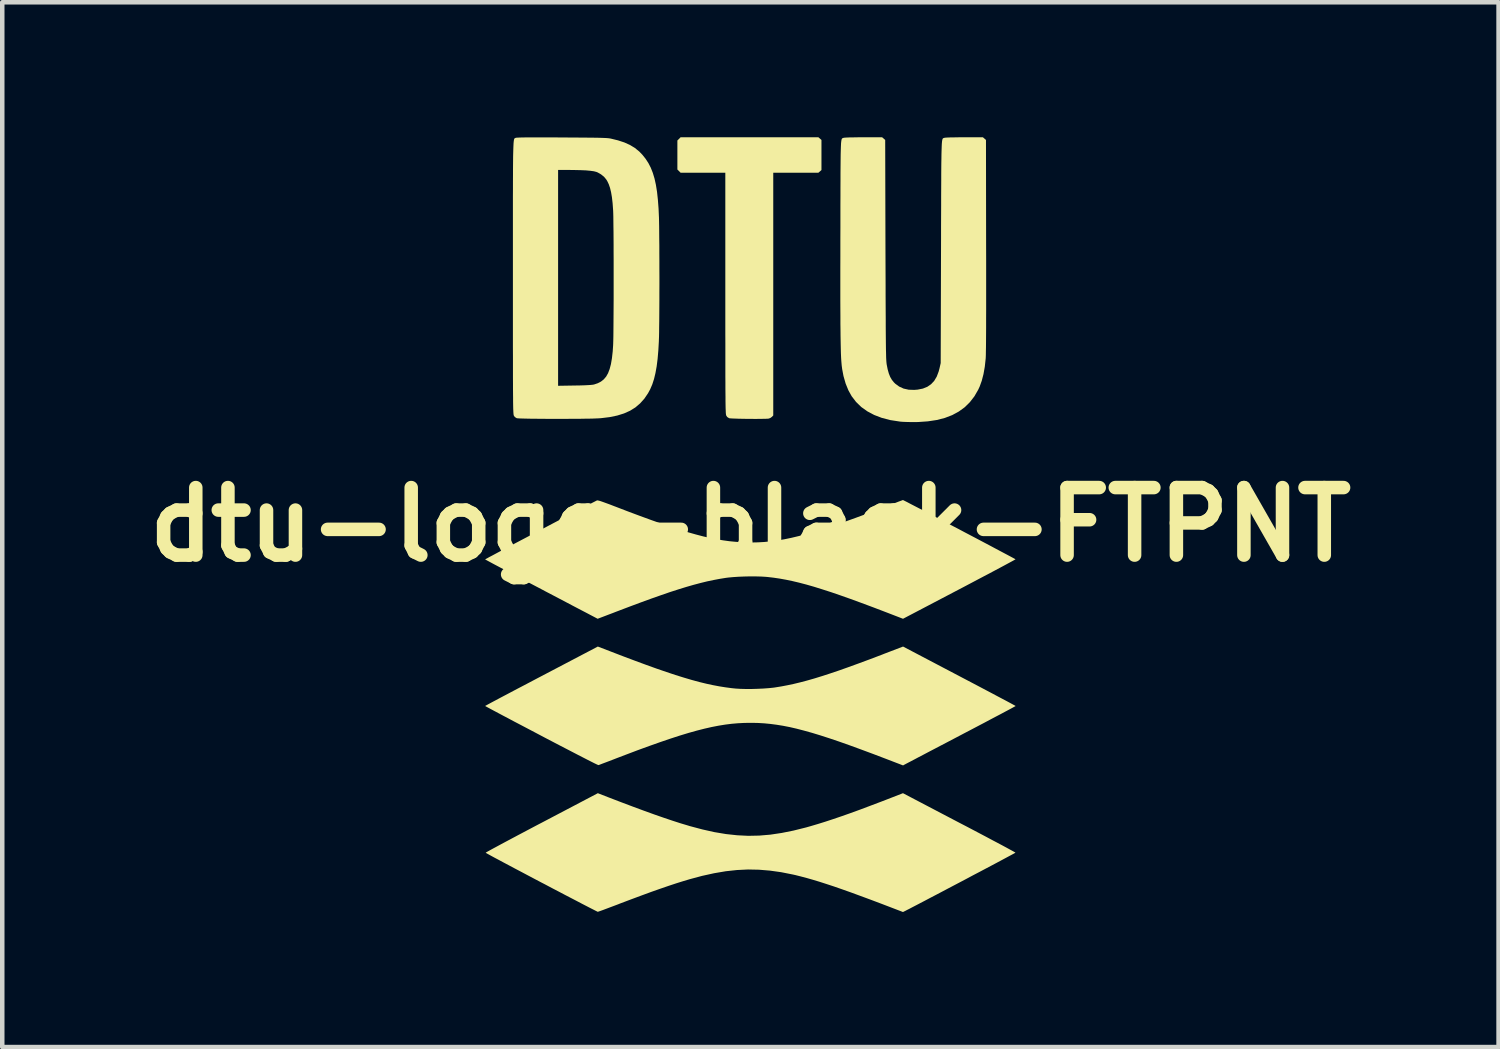
<source format=kicad_pcb>
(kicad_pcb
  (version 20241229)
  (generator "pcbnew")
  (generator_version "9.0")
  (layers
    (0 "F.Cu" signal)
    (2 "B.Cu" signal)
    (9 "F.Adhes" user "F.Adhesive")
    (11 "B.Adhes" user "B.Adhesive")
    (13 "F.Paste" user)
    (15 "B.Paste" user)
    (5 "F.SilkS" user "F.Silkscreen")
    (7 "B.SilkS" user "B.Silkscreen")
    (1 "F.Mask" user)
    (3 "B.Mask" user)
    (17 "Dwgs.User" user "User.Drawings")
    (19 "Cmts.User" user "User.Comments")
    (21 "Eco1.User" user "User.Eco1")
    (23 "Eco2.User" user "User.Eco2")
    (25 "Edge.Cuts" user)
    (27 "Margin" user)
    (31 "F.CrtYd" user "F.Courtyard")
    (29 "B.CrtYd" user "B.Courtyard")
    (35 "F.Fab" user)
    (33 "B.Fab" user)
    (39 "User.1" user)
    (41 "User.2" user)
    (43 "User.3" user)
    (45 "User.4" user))
  (footprint "dtu-logo-black-FTPNT"
    (layer "F.Cu")
    (at 13.621 8.604)
    (property "Reference" "dtu-logo-black-FTPNT" (at 0 0 0) (layer "F.SilkS") (effects (font (size 1.5 1.5) (thickness 0.3))))
    (attr board_only exclude_from_pos_files exclude_from_bom)
    (fp_poly (pts (xy 1.545 -8.575) (xy 1.579 -8.545) (xy 1.579 -8.211) (xy 1.579 -7.876) (xy 1.545 -7.846) (xy 1.511 -7.817) (xy 1.01 -7.817) (xy 0.508 -7.817) (xy 0.508 -5.12) (xy 0.508 -2.424) (xy 0.478 -2.393) (xy 0.445 -2.369) (xy 0.41 -2.355) (xy 0.41 -2.355) (xy 0.383 -2.352) (xy 0.336 -2.35) (xy 0.273 -2.349) (xy 0.197 -2.348) (xy 0.112 -2.347) (xy 0.022 -2.348) (xy -0.071 -2.348) (xy -0.161 -2.35) (xy -0.247 -2.351) (xy -0.324 -2.354) (xy -0.389 -2.356) (xy -0.437 -2.359) (xy -0.467 -2.362) (xy -0.472 -2.363) (xy -0.514 -2.389) (xy -0.535 -2.42) (xy -0.538 -2.426) (xy -0.54 -2.434) (xy -0.542 -2.445) (xy -0.544 -2.46) (xy -0.546 -2.479) (xy -0.547 -2.505) (xy -0.548 -2.538) (xy -0.55 -2.578) (xy -0.551 -2.628) (xy -0.552 -2.687) (xy -0.553 -2.756) (xy -0.553 -2.838) (xy -0.554 -2.932) (xy -0.555 -3.039) (xy -0.555 -3.161) (xy -0.556 -3.298) (xy -0.556 -3.452) (xy -0.556 -3.623) (xy -0.556 -3.812) (xy -0.556 -4.021) (xy -0.557 -4.25) (xy -0.557 -4.499) (xy -0.557 -4.771) (xy -0.557 -5.066) (xy -0.557 -5.14) (xy -0.557 -7.817) (xy -1.054 -7.817) (xy -1.551 -7.817) (xy -1.586 -7.853) (xy -1.622 -7.888) (xy -1.622 -8.211) (xy -1.622 -8.533) (xy -1.586 -8.568) (xy -1.551 -8.604) (xy -0.02 -8.604) (xy 1.511 -8.604)) (stroke (width 0) (type solid)) (fill yes) (layer "F.SilkS"))
    (fp_poly (pts (xy -3.156 6.059) (xy -2.869 6.169) (xy -2.604 6.269) (xy -2.358 6.36) (xy -2.131 6.442) (xy -1.921 6.515) (xy -1.728 6.58) (xy -1.551 6.637) (xy -1.387 6.686) (xy -1.349 6.698) (xy -1.067 6.773) (xy -0.799 6.833) (xy -0.542 6.876) (xy -0.292 6.903) (xy -0.047 6.915) (xy 0.197 6.91) (xy 0.444 6.889) (xy 0.697 6.851) (xy 0.96 6.798) (xy 1.237 6.729) (xy 1.349 6.697) (xy 1.504 6.651) (xy 1.668 6.6) (xy 1.841 6.543) (xy 2.026 6.48) (xy 2.225 6.41) (xy 2.439 6.332) (xy 2.67 6.245) (xy 2.921 6.15) (xy 3.048 6.101) (xy 3.39 5.968) (xy 4.641 6.624) (xy 4.803 6.708) (xy 4.959 6.79) (xy 5.107 6.868) (xy 5.247 6.942) (xy 5.376 7.011) (xy 5.494 7.073) (xy 5.599 7.129) (xy 5.69 7.178) (xy 5.765 7.219) (xy 5.824 7.251) (xy 5.865 7.274) (xy 5.886 7.287) (xy 5.889 7.289) (xy 5.878 7.296) (xy 5.848 7.313) (xy 5.799 7.339) (xy 5.734 7.374) (xy 5.654 7.417) (xy 5.561 7.467) (xy 5.456 7.523) (xy 5.341 7.584) (xy 5.218 7.649) (xy 5.088 7.718) (xy 4.952 7.789) (xy 4.814 7.863) (xy 4.674 7.937) (xy 4.533 8.011) (xy 4.394 8.084) (xy 4.258 8.156) (xy 4.127 8.225) (xy 4.002 8.29) (xy 3.885 8.352) (xy 3.778 8.408) (xy 3.682 8.458) (xy 3.599 8.501) (xy 3.531 8.537) (xy 3.479 8.563) (xy 3.453 8.577) (xy 3.39 8.608) (xy 3.192 8.532) (xy 2.923 8.429) (xy 2.674 8.335) (xy 2.444 8.25) (xy 2.232 8.172) (xy 2.037 8.103) (xy 1.856 8.04) (xy 1.688 7.985) (xy 1.533 7.935) (xy 1.387 7.891) (xy 1.251 7.852) (xy 1.122 7.818) (xy 0.999 7.787) (xy 0.94 7.774) (xy 0.683 7.723) (xy 0.434 7.688) (xy 0.19 7.668) (xy -0.053 7.663) (xy -0.298 7.675) (xy -0.547 7.702) (xy -0.805 7.746) (xy -1.073 7.805) (xy -1.345 7.878) (xy -1.492 7.922) (xy -1.649 7.971) (xy -1.818 8.027) (xy -2.001 8.09) (xy -2.2 8.16) (xy -2.415 8.239) (xy -2.649 8.326) (xy -2.903 8.422) (xy -2.937 8.436) (xy -3.035 8.473) (xy -3.126 8.507) (xy -3.208 8.538) (xy -3.277 8.564) (xy -3.333 8.584) (xy -3.371 8.597) (xy -3.39 8.603) (xy -3.391 8.603) (xy -3.404 8.597) (xy -3.436 8.581) (xy -3.487 8.555) (xy -3.556 8.52) (xy -3.641 8.476) (xy -3.74 8.425) (xy -3.852 8.366) (xy -3.977 8.301) (xy -4.112 8.231) (xy -4.256 8.155) (xy -4.408 8.076) (xy -4.566 7.992) (xy -4.642 7.953) (xy -4.803 7.868) (xy -4.958 7.786) (xy -5.105 7.708) (xy -5.244 7.635) (xy -5.373 7.566) (xy -5.49 7.504) (xy -5.594 7.448) (xy -5.685 7.4) (xy -5.76 7.359) (xy -5.818 7.327) (xy -5.858 7.305) (xy -5.878 7.293) (xy -5.881 7.291) (xy -5.871 7.284) (xy -5.841 7.266) (xy -5.792 7.239) (xy -5.725 7.202) (xy -5.643 7.158) (xy -5.545 7.105) (xy -5.435 7.046) (xy -5.311 6.98) (xy -5.178 6.909) (xy -5.034 6.833) (xy -4.883 6.753) (xy -4.724 6.669) (xy -4.637 6.624) (xy -3.389 5.968)) (stroke (width 0) (type solid)) (fill yes) (layer "F.SilkS"))
    (fp_poly (pts (xy -3.119 2.814) (xy -2.831 2.925) (xy -2.562 3.026) (xy -2.313 3.118) (xy -2.082 3.201) (xy -1.866 3.275) (xy -1.666 3.342) (xy -1.479 3.4) (xy -1.303 3.452) (xy -1.138 3.497) (xy -0.982 3.535) (xy -0.834 3.567) (xy -0.692 3.594) (xy -0.554 3.616) (xy -0.42 3.634) (xy -0.322 3.644) (xy -0.221 3.65) (xy -0.103 3.653) (xy 0.025 3.653) (xy 0.158 3.649) (xy 0.289 3.643) (xy 0.411 3.634) (xy 0.517 3.623) (xy 0.551 3.618) (xy 0.686 3.596) (xy 0.823 3.57) (xy 0.964 3.54) (xy 1.109 3.505) (xy 1.261 3.465) (xy 1.422 3.419) (xy 1.593 3.366) (xy 1.775 3.307) (xy 1.971 3.241) (xy 2.182 3.166) (xy 2.41 3.083) (xy 2.656 2.992) (xy 2.922 2.891) (xy 2.969 2.872) (xy 3.392 2.71) (xy 4.642 3.367) (xy 4.804 3.452) (xy 4.96 3.534) (xy 5.108 3.612) (xy 5.248 3.686) (xy 5.377 3.754) (xy 5.495 3.817) (xy 5.601 3.873) (xy 5.692 3.921) (xy 5.768 3.962) (xy 5.827 3.994) (xy 5.868 4.016) (xy 5.89 4.029) (xy 5.893 4.031) (xy 5.883 4.037) (xy 5.852 4.054) (xy 5.803 4.081) (xy 5.736 4.117) (xy 5.653 4.161) (xy 5.556 4.213) (xy 5.445 4.271) (xy 5.322 4.336) (xy 5.189 4.407) (xy 5.046 4.482) (xy 4.896 4.561) (xy 4.739 4.643) (xy 4.686 4.671) (xy 4.526 4.755) (xy 4.372 4.836) (xy 4.224 4.913) (xy 4.085 4.986) (xy 3.955 5.054) (xy 3.836 5.117) (xy 3.73 5.172) (xy 3.638 5.221) (xy 3.562 5.261) (xy 3.502 5.292) (xy 3.46 5.314) (xy 3.438 5.326) (xy 3.435 5.327) (xy 3.392 5.351) (xy 3.012 5.205) (xy 2.723 5.095) (xy 2.454 4.995) (xy 2.205 4.904) (xy 1.973 4.822) (xy 1.757 4.749) (xy 1.556 4.684) (xy 1.369 4.627) (xy 1.193 4.578) (xy 1.028 4.535) (xy 0.872 4.499) (xy 0.723 4.47) (xy 0.58 4.447) (xy 0.443 4.429) (xy 0.308 4.416) (xy 0.175 4.408) (xy 0.043 4.405) (xy 0 4.405) (xy -0.137 4.407) (xy -0.275 4.414) (xy -0.415 4.426) (xy -0.558 4.444) (xy -0.706 4.468) (xy -0.861 4.498) (xy -1.023 4.535) (xy -1.195 4.579) (xy -1.377 4.63) (xy -1.571 4.689) (xy -1.78 4.757) (xy -2.003 4.833) (xy -2.243 4.918) (xy -2.501 5.012) (xy -2.778 5.117) (xy -2.965 5.188) (xy -3.057 5.224) (xy -3.143 5.257) (xy -3.22 5.286) (xy -3.284 5.31) (xy -3.333 5.329) (xy -3.365 5.341) (xy -3.376 5.344) (xy -3.389 5.339) (xy -3.422 5.324) (xy -3.474 5.299) (xy -3.543 5.264) (xy -3.628 5.221) (xy -3.727 5.17) (xy -3.84 5.112) (xy -3.965 5.047) (xy -4.1 4.977) (xy -4.245 4.902) (xy -4.398 4.822) (xy -4.557 4.739) (xy -4.644 4.693) (xy -4.805 4.608) (xy -4.961 4.526) (xy -5.109 4.448) (xy -5.249 4.375) (xy -5.378 4.306) (xy -5.496 4.244) (xy -5.601 4.188) (xy -5.693 4.139) (xy -5.768 4.099) (xy -5.827 4.067) (xy -5.868 4.045) (xy -5.89 4.032) (xy -5.893 4.03) (xy -5.882 4.024) (xy -5.852 4.007) (xy -5.802 3.98) (xy -5.735 3.944) (xy -5.652 3.9) (xy -5.555 3.848) (xy -5.443 3.789) (xy -5.32 3.724) (xy -5.186 3.653) (xy -5.042 3.578) (xy -4.89 3.498) (xy -4.731 3.414) (xy -4.641 3.367) (xy -3.389 2.71)) (stroke (width 0) (type solid)) (fill yes) (layer "F.SilkS"))
    (fp_poly (pts (xy 2.961 -8.575) (xy 2.995 -8.545) (xy 3.001 -6.109) (xy 3.002 -5.821) (xy 3.003 -5.556) (xy 3.004 -5.313) (xy 3.004 -5.091) (xy 3.005 -4.89) (xy 3.006 -4.708) (xy 3.007 -4.543) (xy 3.007 -4.396) (xy 3.008 -4.265) (xy 3.009 -4.149) (xy 3.01 -4.047) (xy 3.011 -3.957) (xy 3.012 -3.88) (xy 3.014 -3.814) (xy 3.015 -3.758) (xy 3.016 -3.711) (xy 3.018 -3.671) (xy 3.02 -3.639) (xy 3.022 -3.612) (xy 3.024 -3.59) (xy 3.026 -3.572) (xy 3.028 -3.558) (xy 3.05 -3.447) (xy 3.076 -3.355) (xy 3.106 -3.28) (xy 3.143 -3.216) (xy 3.188 -3.16) (xy 3.218 -3.13) (xy 3.305 -3.066) (xy 3.404 -3.021) (xy 3.517 -2.996) (xy 3.641 -2.992) (xy 3.716 -2.998) (xy 3.832 -3.021) (xy 3.931 -3.061) (xy 4.014 -3.118) (xy 4.084 -3.193) (xy 4.14 -3.287) (xy 4.183 -3.401) (xy 4.202 -3.473) (xy 4.228 -3.588) (xy 4.235 -6.057) (xy 4.236 -6.347) (xy 4.236 -6.614) (xy 4.237 -6.858) (xy 4.238 -7.082) (xy 4.238 -7.285) (xy 4.239 -7.469) (xy 4.24 -7.634) (xy 4.24 -7.782) (xy 4.241 -7.914) (xy 4.242 -8.03) (xy 4.244 -8.132) (xy 4.245 -8.22) (xy 4.247 -8.296) (xy 4.249 -8.36) (xy 4.251 -8.414) (xy 4.253 -8.458) (xy 4.256 -8.494) (xy 4.259 -8.522) (xy 4.263 -8.543) (xy 4.267 -8.559) (xy 4.271 -8.57) (xy 4.276 -8.577) (xy 4.281 -8.582) (xy 4.287 -8.585) (xy 4.294 -8.587) (xy 4.301 -8.589) (xy 4.305 -8.591) (xy 4.326 -8.595) (xy 4.371 -8.598) (xy 4.439 -8.601) (xy 4.529 -8.602) (xy 4.64 -8.604) (xy 4.75 -8.604) (xy 5.166 -8.604) (xy 5.2 -8.575) (xy 5.234 -8.545) (xy 5.237 -6.2) (xy 5.238 -5.867) (xy 5.238 -5.559) (xy 5.238 -5.275) (xy 5.238 -5.014) (xy 5.238 -4.777) (xy 5.237 -4.564) (xy 5.237 -4.374) (xy 5.236 -4.208) (xy 5.235 -4.064) (xy 5.234 -3.944) (xy 5.232 -3.846) (xy 5.231 -3.771) (xy 5.229 -3.719) (xy 5.228 -3.694) (xy 5.208 -3.509) (xy 5.179 -3.344) (xy 5.141 -3.197) (xy 5.094 -3.066) (xy 5.061 -2.995) (xy 4.976 -2.848) (xy 4.876 -2.719) (xy 4.761 -2.606) (xy 4.63 -2.511) (xy 4.484 -2.432) (xy 4.32 -2.369) (xy 4.14 -2.323) (xy 3.942 -2.293) (xy 3.727 -2.278) (xy 3.596 -2.277) (xy 3.522 -2.278) (xy 3.448 -2.28) (xy 3.381 -2.283) (xy 3.329 -2.287) (xy 3.316 -2.289) (xy 3.109 -2.321) (xy 2.92 -2.37) (xy 2.75 -2.435) (xy 2.598 -2.516) (xy 2.463 -2.612) (xy 2.347 -2.725) (xy 2.249 -2.853) (xy 2.177 -2.983) (xy 2.116 -3.133) (xy 2.068 -3.301) (xy 2.039 -3.455) (xy 2.034 -3.492) (xy 2.029 -3.531) (xy 2.025 -3.575) (xy 2.021 -3.624) (xy 2.017 -3.679) (xy 2.014 -3.741) (xy 2.011 -3.811) (xy 2.009 -3.891) (xy 2.007 -3.98) (xy 2.005 -4.082) (xy 2.003 -4.195) (xy 2.002 -4.322) (xy 2 -4.464) (xy 2 -4.621) (xy 1.999 -4.794) (xy 1.998 -4.986) (xy 1.998 -5.195) (xy 1.998 -5.425) (xy 1.998 -5.676) (xy 1.999 -5.948) (xy 1.999 -6.243) (xy 1.999 -6.329) (xy 2 -6.602) (xy 2 -6.852) (xy 2 -7.08) (xy 2.001 -7.287) (xy 2.001 -7.474) (xy 2.002 -7.641) (xy 2.002 -7.791) (xy 2.003 -7.924) (xy 2.004 -8.041) (xy 2.005 -8.143) (xy 2.006 -8.231) (xy 2.008 -8.306) (xy 2.01 -8.37) (xy 2.012 -8.423) (xy 2.014 -8.466) (xy 2.017 -8.5) (xy 2.021 -8.527) (xy 2.024 -8.547) (xy 2.029 -8.562) (xy 2.033 -8.572) (xy 2.039 -8.579) (xy 2.045 -8.583) (xy 2.051 -8.585) (xy 2.058 -8.588) (xy 2.066 -8.591) (xy 2.066 -8.591) (xy 2.088 -8.595) (xy 2.133 -8.598) (xy 2.2 -8.601) (xy 2.29 -8.602) (xy 2.401 -8.604) (xy 2.511 -8.604) (xy 2.927 -8.604)) (stroke (width 0) (type solid)) (fill yes) (layer "F.SilkS"))
    (fp_poly (pts (xy 3.402 -0.539) (xy 3.434 -0.523) (xy 3.484 -0.498) (xy 3.55 -0.463) (xy 3.631 -0.421) (xy 3.726 -0.372) (xy 3.832 -0.317) (xy 3.948 -0.256) (xy 4.072 -0.191) (xy 4.203 -0.122) (xy 4.339 -0.05) (xy 4.479 0.023) (xy 4.621 0.097) (xy 4.762 0.172) (xy 4.903 0.246) (xy 5.04 0.318) (xy 5.172 0.388) (xy 5.299 0.455) (xy 5.417 0.518) (xy 5.526 0.576) (xy 5.624 0.628) (xy 5.709 0.673) (xy 5.78 0.711) (xy 5.834 0.74) (xy 5.871 0.76) (xy 5.889 0.77) (xy 5.89 0.771) (xy 5.88 0.778) (xy 5.85 0.795) (xy 5.801 0.822) (xy 5.734 0.858) (xy 5.651 0.903) (xy 5.554 0.955) (xy 5.443 1.014) (xy 5.32 1.08) (xy 5.186 1.15) (xy 5.042 1.226) (xy 4.891 1.306) (xy 4.732 1.39) (xy 4.642 1.437) (xy 3.391 2.093) (xy 3.018 1.949) (xy 2.735 1.841) (xy 2.472 1.743) (xy 2.229 1.654) (xy 2.003 1.574) (xy 1.793 1.502) (xy 1.597 1.439) (xy 1.415 1.382) (xy 1.244 1.333) (xy 1.084 1.291) (xy 0.932 1.255) (xy 0.788 1.225) (xy 0.649 1.2) (xy 0.514 1.18) (xy 0.383 1.165) (xy 0.34 1.161) (xy 0.242 1.155) (xy 0.126 1.152) (xy -0.000264 1.151) (xy -0.131 1.154) (xy -0.26 1.159) (xy -0.382 1.167) (xy -0.489 1.177) (xy -0.545 1.184) (xy -0.68 1.206) (xy -0.818 1.232) (xy -0.96 1.262) (xy -1.107 1.298) (xy -1.262 1.339) (xy -1.425 1.386) (xy -1.6 1.44) (xy -1.786 1.5) (xy -1.986 1.569) (xy -2.202 1.645) (xy -2.435 1.73) (xy -2.687 1.824) (xy -2.958 1.927) (xy -2.969 1.931) (xy -3.064 1.968) (xy -3.152 2.001) (xy -3.23 2.031) (xy -3.296 2.056) (xy -3.346 2.075) (xy -3.38 2.088) (xy -3.393 2.093) (xy -3.393 2.093) (xy -3.404 2.087) (xy -3.435 2.071) (xy -3.484 2.045) (xy -3.551 2.01) (xy -3.634 1.966) (xy -3.732 1.915) (xy -3.843 1.857) (xy -3.967 1.792) (xy -4.101 1.721) (xy -4.244 1.646) (xy -4.396 1.566) (xy -4.555 1.483) (xy -4.643 1.436) (xy -4.805 1.351) (xy -4.961 1.269) (xy -5.109 1.191) (xy -5.249 1.118) (xy -5.378 1.049) (xy -5.496 0.987) (xy -5.601 0.931) (xy -5.692 0.883) (xy -5.768 0.842) (xy -5.827 0.81) (xy -5.868 0.788) (xy -5.89 0.776) (xy -5.893 0.774) (xy -5.882 0.767) (xy -5.852 0.751) (xy -5.804 0.724) (xy -5.739 0.69) (xy -5.659 0.647) (xy -5.566 0.597) (xy -5.461 0.542) (xy -5.346 0.481) (xy -5.223 0.415) (xy -5.092 0.346) (xy -4.957 0.275) (xy -4.818 0.202) (xy -4.677 0.127) (xy -4.536 0.053) (xy -4.396 -0.021) (xy -4.259 -0.093) (xy -4.127 -0.162) (xy -4.001 -0.229) (xy -3.882 -0.291) (xy -3.773 -0.348) (xy -3.675 -0.399) (xy -3.59 -0.443) (xy -3.519 -0.48) (xy -3.464 -0.508) (xy -3.427 -0.527) (xy -3.409 -0.536) (xy -3.408 -0.536) (xy -3.395 -0.537) (xy -3.37 -0.532) (xy -3.333 -0.522) (xy -3.281 -0.504) (xy -3.212 -0.479) (xy -3.124 -0.447) (xy -3.016 -0.405) (xy -3.007 -0.402) (xy -2.721 -0.292) (xy -2.456 -0.193) (xy -2.21 -0.103) (xy -1.981 -0.022) (xy -1.769 0.051) (xy -1.57 0.115) (xy -1.385 0.171) (xy -1.212 0.22) (xy -1.048 0.263) (xy -0.893 0.298) (xy -0.745 0.328) (xy -0.603 0.351) (xy -0.465 0.37) (xy -0.33 0.383) (xy -0.196 0.392) (xy -0.109 0.396) (xy 0.03 0.398) (xy 0.168 0.395) (xy 0.308 0.387) (xy 0.45 0.373) (xy 0.597 0.354) (xy 0.749 0.328) (xy 0.909 0.295) (xy 1.077 0.255) (xy 1.255 0.208) (xy 1.444 0.154) (xy 1.646 0.091) (xy 1.862 0.019) (xy 2.094 -0.061) (xy 2.344 -0.151) (xy 2.611 -0.25) (xy 2.899 -0.359) (xy 2.975 -0.388) (xy 3.069 -0.424) (xy 3.155 -0.457) (xy 3.232 -0.486) (xy 3.296 -0.511) (xy 3.346 -0.529) (xy 3.378 -0.541) (xy 3.39 -0.545)) (stroke (width 0) (type solid)) (fill yes) (layer "F.SilkS"))
    (fp_poly (pts (xy -4.492 -8.601) (xy -4.312 -8.601) (xy -4.196 -8.6) (xy -4.013 -8.599) (xy -3.853 -8.598) (xy -3.714 -8.597) (xy -3.594 -8.596) (xy -3.491 -8.595) (xy -3.405 -8.594) (xy -3.333 -8.592) (xy -3.273 -8.59) (xy -3.225 -8.588) (xy -3.186 -8.586) (xy -3.155 -8.583) (xy -3.13 -8.58) (xy -3.109 -8.576) (xy -3.106 -8.576) (xy -2.942 -8.536) (xy -2.799 -8.489) (xy -2.675 -8.433) (xy -2.565 -8.366) (xy -2.468 -8.287) (xy -2.398 -8.214) (xy -2.328 -8.126) (xy -2.266 -8.031) (xy -2.213 -7.928) (xy -2.168 -7.814) (xy -2.13 -7.688) (xy -2.099 -7.548) (xy -2.074 -7.391) (xy -2.055 -7.215) (xy -2.04 -7.019) (xy -2.034 -6.885) (xy -2.031 -6.818) (xy -2.029 -6.728) (xy -2.027 -6.619) (xy -2.026 -6.493) (xy -2.025 -6.352) (xy -2.023 -6.199) (xy -2.023 -6.036) (xy -2.022 -5.865) (xy -2.022 -5.689) (xy -2.021 -5.511) (xy -2.021 -5.332) (xy -2.022 -5.155) (xy -2.022 -4.983) (xy -2.023 -4.817) (xy -2.024 -4.66) (xy -2.025 -4.515) (xy -2.027 -4.384) (xy -2.028 -4.269) (xy -2.03 -4.173) (xy -2.033 -4.097) (xy -2.033 -4.08) (xy -2.045 -3.871) (xy -2.061 -3.683) (xy -2.082 -3.516) (xy -2.109 -3.366) (xy -2.141 -3.233) (xy -2.18 -3.113) (xy -2.226 -3.006) (xy -2.273 -2.919) (xy -2.355 -2.798) (xy -2.449 -2.693) (xy -2.554 -2.603) (xy -2.673 -2.529) (xy -2.807 -2.469) (xy -2.958 -2.422) (xy -3.128 -2.387) (xy -3.316 -2.364) (xy -3.372 -2.36) (xy -3.424 -2.358) (xy -3.494 -2.355) (xy -3.58 -2.353) (xy -3.679 -2.352) (xy -3.79 -2.35) (xy -3.91 -2.349) (xy -4.036 -2.349) (xy -4.166 -2.348) (xy -4.298 -2.348) (xy -4.429 -2.348) (xy -4.557 -2.349) (xy -4.68 -2.35) (xy -4.796 -2.351) (xy -4.901 -2.352) (xy -4.993 -2.354) (xy -5.071 -2.356) (xy -5.132 -2.358) (xy -5.173 -2.361) (xy -5.191 -2.363) (xy -5.233 -2.389) (xy -5.255 -2.42) (xy -5.257 -2.426) (xy -5.259 -2.433) (xy -5.261 -2.444) (xy -5.263 -2.458) (xy -5.264 -2.477) (xy -5.266 -2.502) (xy -5.267 -2.533) (xy -5.269 -2.572) (xy -5.27 -2.619) (xy -5.271 -2.675) (xy -5.272 -2.741) (xy -5.272 -2.819) (xy -5.273 -2.908) (xy -5.274 -3.01) (xy -5.274 -3.126) (xy -5.275 -3.257) (xy -5.275 -3.403) (xy -5.275 -3.565) (xy -5.275 -3.744) (xy -5.276 -3.942) (xy -5.276 -4.159) (xy -5.276 -4.396) (xy -5.276 -4.653) (xy -5.276 -4.932) (xy -5.276 -5.234) (xy -5.276 -5.479) (xy -5.276 -5.802) (xy -5.276 -6.101) (xy -5.276 -6.378) (xy -5.276 -6.634) (xy -5.276 -6.869) (xy -5.276 -7.084) (xy -5.276 -7.28) (xy -5.275 -7.458) (xy -5.275 -7.619) (xy -5.274 -7.763) (xy -5.274 -7.878) (xy -4.272 -7.878) (xy -4.272 -5.48) (xy -4.272 -3.083) (xy -3.906 -3.089) (xy -3.784 -3.091) (xy -3.685 -3.094) (xy -3.606 -3.098) (xy -3.546 -3.102) (xy -3.501 -3.107) (xy -3.473 -3.112) (xy -3.39 -3.14) (xy -3.319 -3.177) (xy -3.257 -3.226) (xy -3.205 -3.287) (xy -3.162 -3.363) (xy -3.127 -3.455) (xy -3.098 -3.565) (xy -3.076 -3.694) (xy -3.059 -3.844) (xy -3.05 -3.975) (xy -3.048 -4.022) (xy -3.046 -4.09) (xy -3.044 -4.179) (xy -3.043 -4.286) (xy -3.042 -4.408) (xy -3.041 -4.545) (xy -3.04 -4.693) (xy -3.039 -4.851) (xy -3.038 -5.016) (xy -3.038 -5.187) (xy -3.038 -5.362) (xy -3.038 -5.538) (xy -3.038 -5.713) (xy -3.038 -5.886) (xy -3.039 -6.053) (xy -3.039 -6.214) (xy -3.04 -6.366) (xy -3.041 -6.507) (xy -3.043 -6.635) (xy -3.044 -6.748) (xy -3.045 -6.843) (xy -3.047 -6.919) (xy -3.049 -6.974) (xy -3.05 -6.988) (xy -3.061 -7.14) (xy -3.076 -7.271) (xy -3.095 -7.383) (xy -3.118 -7.478) (xy -3.146 -7.56) (xy -3.18 -7.631) (xy -3.203 -7.668) (xy -3.252 -7.727) (xy -3.318 -7.78) (xy -3.391 -7.822) (xy -3.423 -7.835) (xy -3.478 -7.849) (xy -3.557 -7.86) (xy -3.657 -7.869) (xy -3.779 -7.874) (xy -3.922 -7.877) (xy -4.002 -7.878) (xy -4.272 -7.878) (xy -5.274 -7.878) (xy -5.274 -7.893) (xy -5.273 -8.007) (xy -5.272 -8.108) (xy -5.271 -8.197) (xy -5.269 -8.273) (xy -5.267 -8.339) (xy -5.265 -8.394) (xy -5.263 -8.44) (xy -5.261 -8.478) (xy -5.258 -8.508) (xy -5.255 -8.532) (xy -5.252 -8.55) (xy -5.248 -8.564) (xy -5.244 -8.573) (xy -5.239 -8.579) (xy -5.234 -8.583) (xy -5.229 -8.586) (xy -5.223 -8.588) (xy -5.217 -8.591) (xy -5.216 -8.591) (xy -5.204 -8.594) (xy -5.177 -8.596) (xy -5.134 -8.598) (xy -5.075 -8.6) (xy -4.997 -8.601) (xy -4.902 -8.601) (xy -4.786 -8.602) (xy -4.65 -8.602)) (stroke (width 0) (type solid)) (fill yes) (layer "F.SilkS")))
  (gr_rect
    (start -3 -3)
    (end 30.243 20.212)
    (stroke (width 0.1) (type default))
    (fill no)
    (layer "Edge.Cuts")))
</source>
